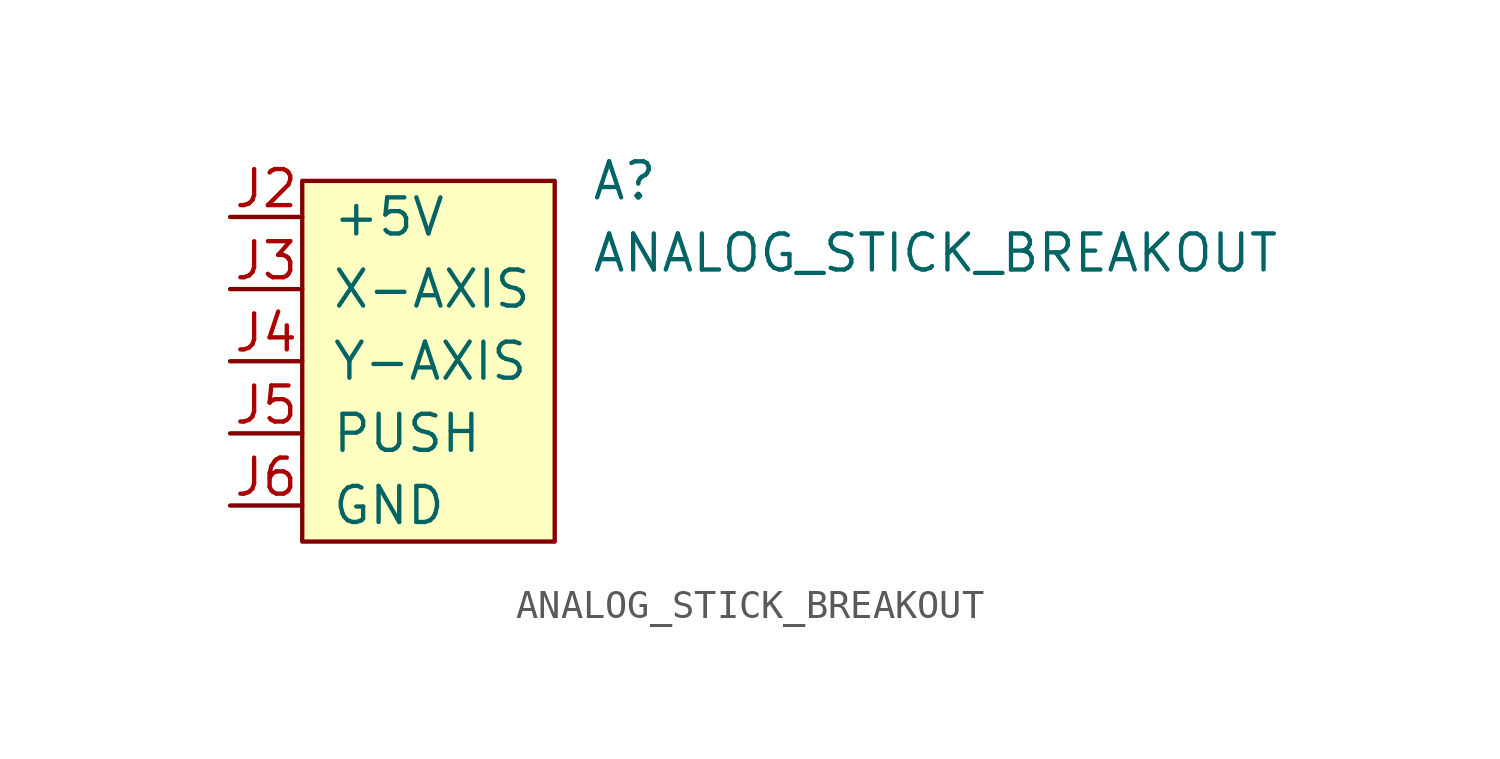
<source format=kicad_sym>
(kicad_symbol_lib
  (version 20220914)
  (generator kicad_symbol_editor)
  (symbol "ANALOG_STICK_BREAKOUT"
    (pin_names
      (offset 1.016))
    (property "Reference" "A"
      (at 10.16 6.35 0)
      (effects (font (size 1.27 1.27)) (justify left)))
    (property "Value" "ANALOG_STICK_BREAKOUT"
      (at 10.16 3.81 0)
      (effects (font (size 1.27 1.27)) (justify left)))
    (symbol "ANALOG_STICK_BREAKOUT_0_0"
      (pin power_in line (at -2.54 5.08 0) (length 2.54) (name "+5V" (effects (font (size 1.27 1.27)))) (number "J2" (effects (font (size 1.27 1.27)))))
      (pin output line (at -2.54 2.54 0) (length 2.54) (name "X-AXIS" (effects (font (size 1.27 1.27)))) (number "J3" (effects (font (size 1.27 1.27)))))
      (pin output line (at -2.54 0 0) (length 2.54) (name "Y-AXIS" (effects (font (size 1.27 1.27)))) (number "J4" (effects (font (size 1.27 1.27)))))
      (pin output line (at -2.54 -2.54 0) (length 2.54) (name "PUSH" (effects (font (size 1.27 1.27)))) (number "J5" (effects (font (size 1.27 1.27)))))
      (pin power_in line (at -2.54 -5.08 0) (length 2.54) (name "GND" (effects (font (size 1.27 1.27)))) (number "J6" (effects (font (size 1.27 1.27))))))
    (symbol "ANALOG_STICK_BREAKOUT_0_1"
      (rectangle (start 0 6.35) (end 8.89 -6.35) (stroke (width 0) (type default)) (fill (type background))))))
</source>
